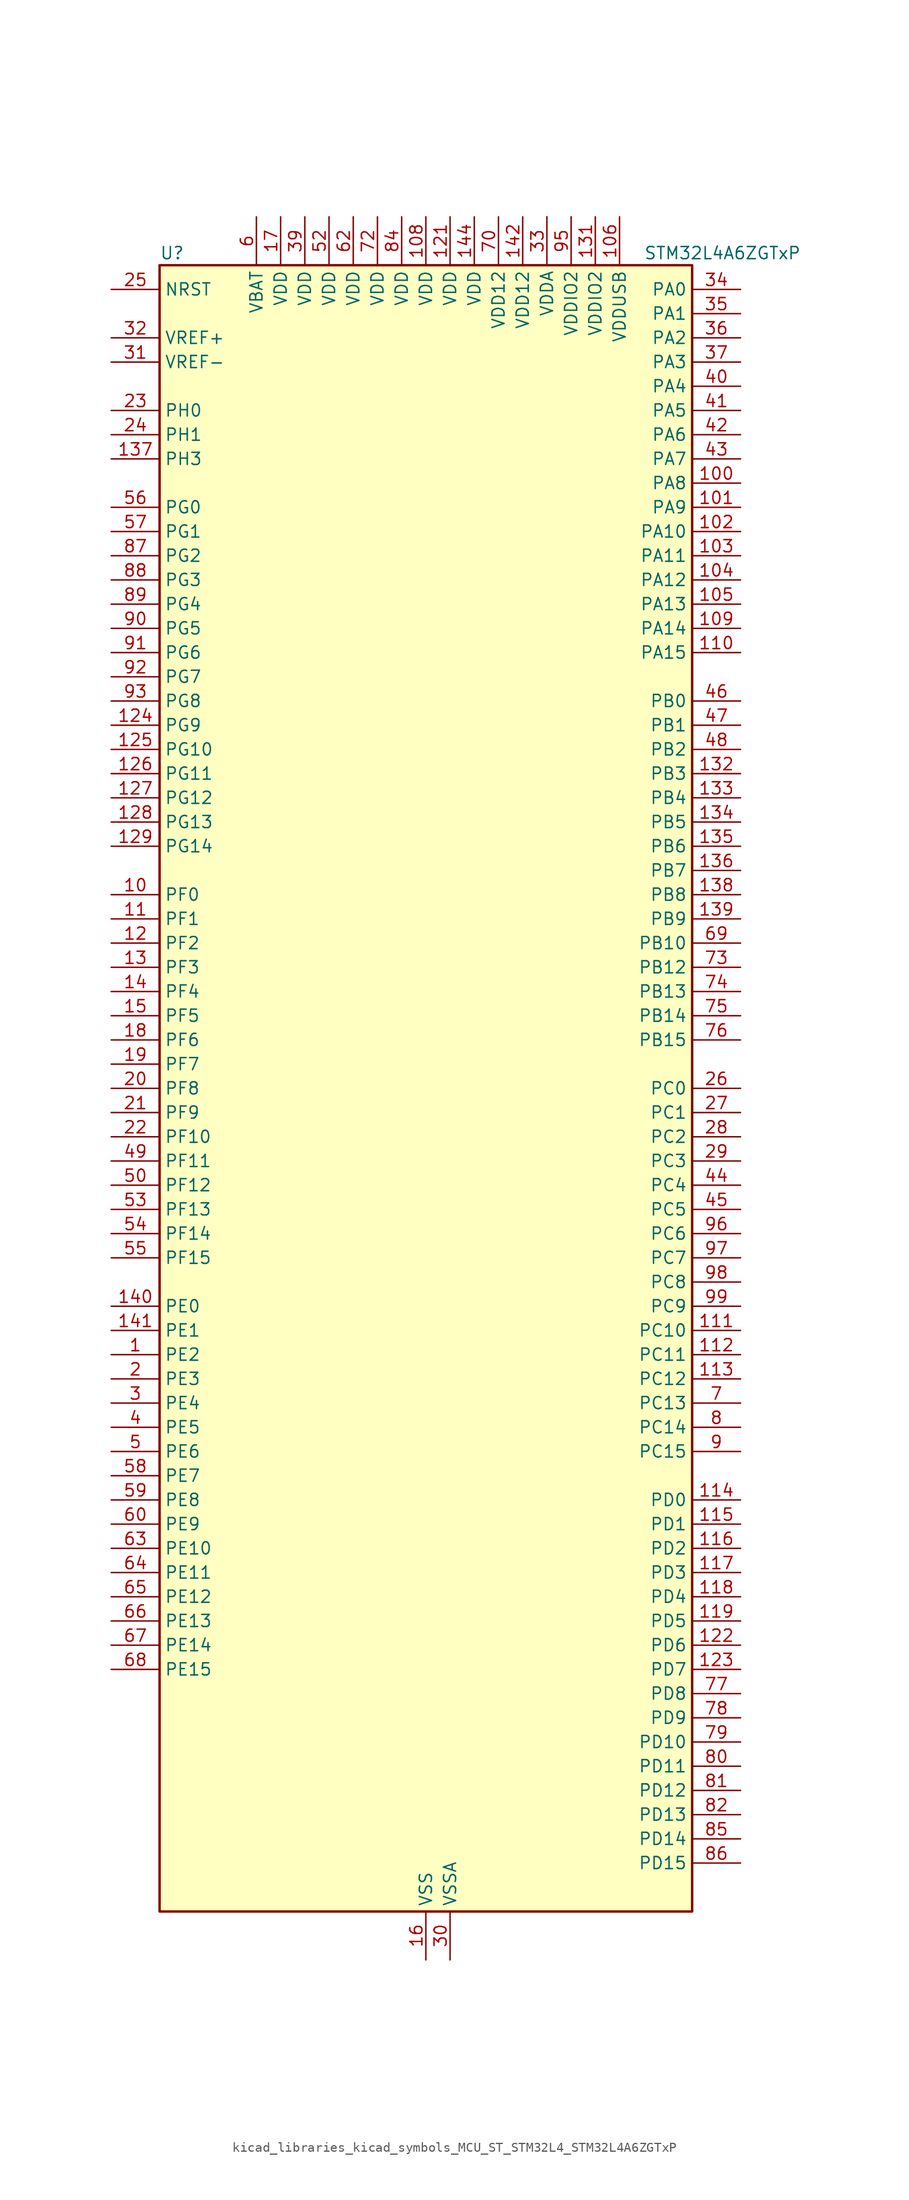
<source format=kicad_sym>
(kicad_symbol_lib
  (version 20220914)
  (generator kicad_symbol_editor)
  (symbol "kicad_libraries_kicad_symbols_MCU_ST_STM32L4_STM32L4A6ZGTxP"
    (property "Reference" "U"
      (at -27.94 87.63 0)
      (effects (font (size 1.27 1.27)) (justify left)))
    (property "Value" "STM32L4A6ZGTxP"
      (at 22.86 87.63 0)
      (effects (font (size 1.27 1.27)) (justify left)))
    (property "ki_locked" ""
      (at 0 0 0)
      (effects (font (size 1.27 1.27))))
    (symbol "kicad_libraries_kicad_symbols_MCU_ST_STM32L4_STM32L4A6ZGTxP_0_1"
      (rectangle (start -27.94 -86.36) (end 27.94 86.36) (stroke (width 0.254) (type default)) (fill (type background))))
    (symbol "kicad_libraries_kicad_symbols_MCU_ST_STM32L4_STM32L4A6ZGTxP_1_1"
      (pin bidirectional line (at -33.02 -27.94 0) (length 5.08) (name "PE2" (effects (font (size 1.27 1.27)))) (number "1" (effects (font (size 1.27 1.27)))) (alternate "FMC_A23" bidirectional line) (alternate "LCD_SEG38" bidirectional line) (alternate "SAI1_MCLK_A" bidirectional line) (alternate "SYS_TRACECLK" bidirectional line) (alternate "TIM3_ETR" bidirectional line) (alternate "TSC_G7_IO1" bidirectional line))
      (pin bidirectional line (at -33.02 20.32 0) (length 5.08) (name "PF0" (effects (font (size 1.27 1.27)))) (number "10" (effects (font (size 1.27 1.27)))) (alternate "FMC_A0" bidirectional line) (alternate "I2C2_SDA" bidirectional line))
      (pin bidirectional line (at 33.02 63.5 180) (length 5.08) (name "PA8" (effects (font (size 1.27 1.27)))) (number "100" (effects (font (size 1.27 1.27)))) (alternate "LCD_COM0" bidirectional line) (alternate "LPTIM2_OUT" bidirectional line) (alternate "RCC_MCO" bidirectional line) (alternate "SAI1_SCK_A" bidirectional line) (alternate "SWPMI1_IO" bidirectional line) (alternate "TIM1_CH1" bidirectional line) (alternate "USART1_CK" bidirectional line) (alternate "USB_OTG_FS_SOF" bidirectional line))
      (pin bidirectional line (at 33.02 60.96 180) (length 5.08) (name "PA9" (effects (font (size 1.27 1.27)))) (number "101" (effects (font (size 1.27 1.27)))) (alternate "DAC1_EXTI9" bidirectional line) (alternate "DCMI_D0" bidirectional line) (alternate "LCD_COM1" bidirectional line) (alternate "SAI1_FS_A" bidirectional line) (alternate "SPI2_SCK" bidirectional line) (alternate "TIM15_BKIN" bidirectional line) (alternate "TIM1_CH2" bidirectional line) (alternate "USART1_TX" bidirectional line) (alternate "USB_OTG_FS_VBUS" bidirectional line))
      (pin bidirectional line (at 33.02 58.42 180) (length 5.08) (name "PA10" (effects (font (size 1.27 1.27)))) (number "102" (effects (font (size 1.27 1.27)))) (alternate "DCMI_D1" bidirectional line) (alternate "LCD_COM2" bidirectional line) (alternate "SAI1_SD_A" bidirectional line) (alternate "TIM17_BKIN" bidirectional line) (alternate "TIM1_CH3" bidirectional line) (alternate "USART1_RX" bidirectional line) (alternate "USB_OTG_FS_ID" bidirectional line))
      (pin bidirectional line (at 33.02 55.88 180) (length 5.08) (name "PA11" (effects (font (size 1.27 1.27)))) (number "103" (effects (font (size 1.27 1.27)))) (alternate "ADC1_EXTI11" bidirectional line) (alternate "ADC2_EXTI11" bidirectional line) (alternate "ADC3_EXTI11" bidirectional line) (alternate "CAN1_RX" bidirectional line) (alternate "SPI1_MISO" bidirectional line) (alternate "TIM1_BKIN2" bidirectional line) (alternate "TIM1_BKIN2_COMP1" bidirectional line) (alternate "TIM1_CH4" bidirectional line) (alternate "USART1_CTS" bidirectional line) (alternate "USB_OTG_FS_DM" bidirectional line))
      (pin bidirectional line (at 33.02 53.34 180) (length 5.08) (name "PA12" (effects (font (size 1.27 1.27)))) (number "104" (effects (font (size 1.27 1.27)))) (alternate "CAN1_TX" bidirectional line) (alternate "SPI1_MOSI" bidirectional line) (alternate "TIM1_ETR" bidirectional line) (alternate "USART1_DE" bidirectional line) (alternate "USART1_RTS" bidirectional line) (alternate "USB_OTG_FS_DP" bidirectional line))
      (pin bidirectional line (at 33.02 50.8 180) (length 5.08) (name "PA13" (effects (font (size 1.27 1.27)))) (number "105" (effects (font (size 1.27 1.27)))) (alternate "IR_OUT" bidirectional line) (alternate "SAI1_SD_B" bidirectional line) (alternate "SWPMI1_TX" bidirectional line) (alternate "SYS_JTMS-SWDIO" bidirectional line) (alternate "USB_OTG_FS_NOE" bidirectional line))
      (pin power_in line (at 20.32 91.44 270) (length 5.08) (name "VDDUSB" (effects (font (size 1.27 1.27)))) (number "106" (effects (font (size 1.27 1.27)))))
      (pin passive line (at 0 -91.44 90) (length 5.08) hide (name "VSS" (effects (font (size 1.27 1.27)))) (number "107" (effects (font (size 1.27 1.27)))))
      (pin power_in line (at 0 91.44 270) (length 5.08) (name "VDD" (effects (font (size 1.27 1.27)))) (number "108" (effects (font (size 1.27 1.27)))))
      (pin bidirectional line (at 33.02 48.26 180) (length 5.08) (name "PA14" (effects (font (size 1.27 1.27)))) (number "109" (effects (font (size 1.27 1.27)))) (alternate "I2C1_SMBA" bidirectional line) (alternate "I2C4_SMBA" bidirectional line) (alternate "LPTIM1_OUT" bidirectional line) (alternate "SAI1_FS_B" bidirectional line) (alternate "SWPMI1_RX" bidirectional line) (alternate "SYS_JTCK-SWCLK" bidirectional line) (alternate "USB_OTG_FS_SOF" bidirectional line))
      (pin bidirectional line (at -33.02 17.78 0) (length 5.08) (name "PF1" (effects (font (size 1.27 1.27)))) (number "11" (effects (font (size 1.27 1.27)))) (alternate "FMC_A1" bidirectional line) (alternate "I2C2_SCL" bidirectional line))
      (pin bidirectional line (at 33.02 45.72 180) (length 5.08) (name "PA15" (effects (font (size 1.27 1.27)))) (number "110" (effects (font (size 1.27 1.27)))) (alternate "ADC1_EXTI15" bidirectional line) (alternate "ADC2_EXTI15" bidirectional line) (alternate "ADC3_EXTI15" bidirectional line) (alternate "LCD_SEG17" bidirectional line) (alternate "SAI2_FS_B" bidirectional line) (alternate "SPI1_NSS" bidirectional line) (alternate "SPI3_NSS" bidirectional line) (alternate "SWPMI1_SUSPEND" bidirectional line) (alternate "SYS_JTDI" bidirectional line) (alternate "TIM2_CH1" bidirectional line) (alternate "TIM2_ETR" bidirectional line) (alternate "TSC_G3_IO1" bidirectional line) (alternate "UART4_DE" bidirectional line) (alternate "UART4_RTS" bidirectional line) (alternate "USART2_RX" bidirectional line) (alternate "USART3_DE" bidirectional line) (alternate "USART3_RTS" bidirectional line))
      (pin bidirectional line (at 33.02 -25.4 180) (length 5.08) (name "PC10" (effects (font (size 1.27 1.27)))) (number "111" (effects (font (size 1.27 1.27)))) (alternate "DCMI_D8" bidirectional line) (alternate "LCD_COM4" bidirectional line) (alternate "LCD_SEG28" bidirectional line) (alternate "LCD_SEG40" bidirectional line) (alternate "SAI2_SCK_B" bidirectional line) (alternate "SDMMC1_D2" bidirectional line) (alternate "SPI3_SCK" bidirectional line) (alternate "SYS_TRACED1" bidirectional line) (alternate "TSC_G3_IO2" bidirectional line) (alternate "UART4_TX" bidirectional line) (alternate "USART3_TX" bidirectional line))
      (pin bidirectional line (at 33.02 -27.94 180) (length 5.08) (name "PC11" (effects (font (size 1.27 1.27)))) (number "112" (effects (font (size 1.27 1.27)))) (alternate "ADC1_EXTI11" bidirectional line) (alternate "ADC2_EXTI11" bidirectional line) (alternate "ADC3_EXTI11" bidirectional line) (alternate "DCMI_D4" bidirectional line) (alternate "LCD_COM5" bidirectional line) (alternate "LCD_SEG29" bidirectional line) (alternate "LCD_SEG41" bidirectional line) (alternate "QUADSPI_BK2_NCS" bidirectional line) (alternate "SAI2_MCLK_B" bidirectional line) (alternate "SDMMC1_D3" bidirectional line) (alternate "SPI3_MISO" bidirectional line) (alternate "TSC_G3_IO3" bidirectional line) (alternate "UART4_RX" bidirectional line) (alternate "USART3_RX" bidirectional line))
      (pin bidirectional line (at 33.02 -30.48 180) (length 5.08) (name "PC12" (effects (font (size 1.27 1.27)))) (number "113" (effects (font (size 1.27 1.27)))) (alternate "DCMI_D9" bidirectional line) (alternate "LCD_COM6" bidirectional line) (alternate "LCD_SEG30" bidirectional line) (alternate "LCD_SEG42" bidirectional line) (alternate "SAI2_SD_B" bidirectional line) (alternate "SDMMC1_CK" bidirectional line) (alternate "SPI3_MOSI" bidirectional line) (alternate "SYS_TRACED3" bidirectional line) (alternate "TSC_G3_IO4" bidirectional line) (alternate "UART5_TX" bidirectional line) (alternate "USART3_CK" bidirectional line))
      (pin bidirectional line (at 33.02 -43.18 180) (length 5.08) (name "PD0" (effects (font (size 1.27 1.27)))) (number "114" (effects (font (size 1.27 1.27)))) (alternate "CAN1_RX" bidirectional line) (alternate "DFSDM1_DATIN7" bidirectional line) (alternate "FMC_D2" bidirectional line) (alternate "FMC_DA2" bidirectional line) (alternate "SPI2_NSS" bidirectional line))
      (pin bidirectional line (at 33.02 -45.72 180) (length 5.08) (name "PD1" (effects (font (size 1.27 1.27)))) (number "115" (effects (font (size 1.27 1.27)))) (alternate "CAN1_TX" bidirectional line) (alternate "DFSDM1_CKIN7" bidirectional line) (alternate "FMC_D3" bidirectional line) (alternate "FMC_DA3" bidirectional line) (alternate "SPI2_SCK" bidirectional line))
      (pin bidirectional line (at 33.02 -48.26 180) (length 5.08) (name "PD2" (effects (font (size 1.27 1.27)))) (number "116" (effects (font (size 1.27 1.27)))) (alternate "DCMI_D11" bidirectional line) (alternate "LCD_COM7" bidirectional line) (alternate "LCD_SEG31" bidirectional line) (alternate "LCD_SEG43" bidirectional line) (alternate "SDMMC1_CMD" bidirectional line) (alternate "SYS_TRACED2" bidirectional line) (alternate "TIM3_ETR" bidirectional line) (alternate "TSC_SYNC" bidirectional line) (alternate "UART5_RX" bidirectional line) (alternate "USART3_DE" bidirectional line) (alternate "USART3_RTS" bidirectional line))
      (pin bidirectional line (at 33.02 -50.8 180) (length 5.08) (name "PD3" (effects (font (size 1.27 1.27)))) (number "117" (effects (font (size 1.27 1.27)))) (alternate "DCMI_D5" bidirectional line) (alternate "DFSDM1_DATIN0" bidirectional line) (alternate "FMC_CLK" bidirectional line) (alternate "QUADSPI_BK2_NCS" bidirectional line) (alternate "SPI2_MISO" bidirectional line) (alternate "SPI2_SCK" bidirectional line) (alternate "USART2_CTS" bidirectional line))
      (pin bidirectional line (at 33.02 -53.34 180) (length 5.08) (name "PD4" (effects (font (size 1.27 1.27)))) (number "118" (effects (font (size 1.27 1.27)))) (alternate "DFSDM1_CKIN0" bidirectional line) (alternate "FMC_NOE" bidirectional line) (alternate "QUADSPI_BK2_IO0" bidirectional line) (alternate "SPI2_MOSI" bidirectional line) (alternate "USART2_DE" bidirectional line) (alternate "USART2_RTS" bidirectional line))
      (pin bidirectional line (at 33.02 -55.88 180) (length 5.08) (name "PD5" (effects (font (size 1.27 1.27)))) (number "119" (effects (font (size 1.27 1.27)))) (alternate "FMC_NWE" bidirectional line) (alternate "QUADSPI_BK2_IO1" bidirectional line) (alternate "USART2_TX" bidirectional line))
      (pin bidirectional line (at -33.02 15.24 0) (length 5.08) (name "PF2" (effects (font (size 1.27 1.27)))) (number "12" (effects (font (size 1.27 1.27)))) (alternate "FMC_A2" bidirectional line) (alternate "I2C2_SMBA" bidirectional line))
      (pin passive line (at 0 -91.44 90) (length 5.08) hide (name "VSS" (effects (font (size 1.27 1.27)))) (number "120" (effects (font (size 1.27 1.27)))))
      (pin power_in line (at 2.54 91.44 270) (length 5.08) (name "VDD" (effects (font (size 1.27 1.27)))) (number "121" (effects (font (size 1.27 1.27)))))
      (pin bidirectional line (at 33.02 -58.42 180) (length 5.08) (name "PD6" (effects (font (size 1.27 1.27)))) (number "122" (effects (font (size 1.27 1.27)))) (alternate "DCMI_D10" bidirectional line) (alternate "DFSDM1_DATIN1" bidirectional line) (alternate "FMC_NWAIT" bidirectional line) (alternate "QUADSPI_BK2_IO1" bidirectional line) (alternate "QUADSPI_BK2_IO2" bidirectional line) (alternate "SAI1_SD_A" bidirectional line) (alternate "USART2_RX" bidirectional line))
      (pin bidirectional line (at 33.02 -60.96 180) (length 5.08) (name "PD7" (effects (font (size 1.27 1.27)))) (number "123" (effects (font (size 1.27 1.27)))) (alternate "DFSDM1_CKIN1" bidirectional line) (alternate "FMC_NE1" bidirectional line) (alternate "QUADSPI_BK2_IO3" bidirectional line) (alternate "USART2_CK" bidirectional line))
      (pin bidirectional line (at -33.02 38.1 0) (length 5.08) (name "PG9" (effects (font (size 1.27 1.27)))) (number "124" (effects (font (size 1.27 1.27)))) (alternate "DAC1_EXTI9" bidirectional line) (alternate "FMC_NCE" bidirectional line) (alternate "FMC_NE2" bidirectional line) (alternate "SAI2_SCK_A" bidirectional line) (alternate "SPI3_SCK" bidirectional line) (alternate "TIM15_CH1N" bidirectional line) (alternate "USART1_TX" bidirectional line))
      (pin bidirectional line (at -33.02 35.56 0) (length 5.08) (name "PG10" (effects (font (size 1.27 1.27)))) (number "125" (effects (font (size 1.27 1.27)))) (alternate "FMC_NE3" bidirectional line) (alternate "LPTIM1_IN1" bidirectional line) (alternate "SAI2_FS_A" bidirectional line) (alternate "SPI3_MISO" bidirectional line) (alternate "TIM15_CH1" bidirectional line) (alternate "USART1_RX" bidirectional line))
      (pin bidirectional line (at -33.02 33.02 0) (length 5.08) (name "PG11" (effects (font (size 1.27 1.27)))) (number "126" (effects (font (size 1.27 1.27)))) (alternate "ADC1_EXTI11" bidirectional line) (alternate "ADC2_EXTI11" bidirectional line) (alternate "ADC3_EXTI11" bidirectional line) (alternate "LPTIM1_IN2" bidirectional line) (alternate "SAI2_MCLK_A" bidirectional line) (alternate "SPI3_MOSI" bidirectional line) (alternate "TIM15_CH2" bidirectional line) (alternate "USART1_CTS" bidirectional line))
      (pin bidirectional line (at -33.02 30.48 0) (length 5.08) (name "PG12" (effects (font (size 1.27 1.27)))) (number "127" (effects (font (size 1.27 1.27)))) (alternate "FMC_NE4" bidirectional line) (alternate "LPTIM1_ETR" bidirectional line) (alternate "SAI2_SD_A" bidirectional line) (alternate "SPI3_NSS" bidirectional line) (alternate "USART1_DE" bidirectional line) (alternate "USART1_RTS" bidirectional line))
      (pin bidirectional line (at -33.02 27.94 0) (length 5.08) (name "PG13" (effects (font (size 1.27 1.27)))) (number "128" (effects (font (size 1.27 1.27)))) (alternate "FMC_A24" bidirectional line) (alternate "I2C1_SDA" bidirectional line) (alternate "USART1_CK" bidirectional line))
      (pin bidirectional line (at -33.02 25.4 0) (length 5.08) (name "PG14" (effects (font (size 1.27 1.27)))) (number "129" (effects (font (size 1.27 1.27)))) (alternate "FMC_A25" bidirectional line) (alternate "I2C1_SCL" bidirectional line))
      (pin bidirectional line (at -33.02 12.7 0) (length 5.08) (name "PF3" (effects (font (size 1.27 1.27)))) (number "13" (effects (font (size 1.27 1.27)))) (alternate "ADC3_IN6" bidirectional line) (alternate "FMC_A3" bidirectional line))
      (pin passive line (at 0 -91.44 90) (length 5.08) hide (name "VSS" (effects (font (size 1.27 1.27)))) (number "130" (effects (font (size 1.27 1.27)))))
      (pin power_in line (at 17.78 91.44 270) (length 5.08) (name "VDDIO2" (effects (font (size 1.27 1.27)))) (number "131" (effects (font (size 1.27 1.27)))))
      (pin bidirectional line (at 33.02 33.02 180) (length 5.08) (name "PB3" (effects (font (size 1.27 1.27)))) (number "132" (effects (font (size 1.27 1.27)))) (alternate "COMP2_INM" bidirectional line) (alternate "CRS_SYNC" bidirectional line) (alternate "LCD_SEG7" bidirectional line) (alternate "SAI1_SCK_B" bidirectional line) (alternate "SPI1_SCK" bidirectional line) (alternate "SPI3_SCK" bidirectional line) (alternate "SYS_JTDO-SWO" bidirectional line) (alternate "TIM2_CH2" bidirectional line) (alternate "USART1_DE" bidirectional line) (alternate "USART1_RTS" bidirectional line))
      (pin bidirectional line (at 33.02 30.48 180) (length 5.08) (name "PB4" (effects (font (size 1.27 1.27)))) (number "133" (effects (font (size 1.27 1.27)))) (alternate "COMP2_INP" bidirectional line) (alternate "DCMI_D12" bidirectional line) (alternate "I2C3_SDA" bidirectional line) (alternate "LCD_SEG8" bidirectional line) (alternate "SAI1_MCLK_B" bidirectional line) (alternate "SPI1_MISO" bidirectional line) (alternate "SPI3_MISO" bidirectional line) (alternate "SYS_JTRST" bidirectional line) (alternate "TIM17_BKIN" bidirectional line) (alternate "TIM3_CH1" bidirectional line) (alternate "TSC_G2_IO1" bidirectional line) (alternate "UART5_DE" bidirectional line) (alternate "UART5_RTS" bidirectional line) (alternate "USART1_CTS" bidirectional line))
      (pin bidirectional line (at 33.02 27.94 180) (length 5.08) (name "PB5" (effects (font (size 1.27 1.27)))) (number "134" (effects (font (size 1.27 1.27)))) (alternate "CAN2_RX" bidirectional line) (alternate "COMP2_OUT" bidirectional line) (alternate "DCMI_D10" bidirectional line) (alternate "I2C1_SMBA" bidirectional line) (alternate "LCD_SEG9" bidirectional line) (alternate "LPTIM1_IN1" bidirectional line) (alternate "SAI1_SD_B" bidirectional line) (alternate "SPI1_MOSI" bidirectional line) (alternate "SPI3_MOSI" bidirectional line) (alternate "TIM16_BKIN" bidirectional line) (alternate "TIM3_CH2" bidirectional line) (alternate "TSC_G2_IO2" bidirectional line) (alternate "UART5_CTS" bidirectional line) (alternate "USART1_CK" bidirectional line))
      (pin bidirectional line (at 33.02 25.4 180) (length 5.08) (name "PB6" (effects (font (size 1.27 1.27)))) (number "135" (effects (font (size 1.27 1.27)))) (alternate "CAN2_TX" bidirectional line) (alternate "COMP2_INP" bidirectional line) (alternate "DCMI_D5" bidirectional line) (alternate "DFSDM1_DATIN5" bidirectional line) (alternate "I2C1_SCL" bidirectional line) (alternate "I2C4_SCL" bidirectional line) (alternate "LPTIM1_ETR" bidirectional line) (alternate "SAI1_FS_B" bidirectional line) (alternate "TIM16_CH1N" bidirectional line) (alternate "TIM4_CH1" bidirectional line) (alternate "TIM8_BKIN2" bidirectional line) (alternate "TIM8_BKIN2_COMP2" bidirectional line) (alternate "TSC_G2_IO3" bidirectional line) (alternate "USART1_TX" bidirectional line))
      (pin bidirectional line (at 33.02 22.86 180) (length 5.08) (name "PB7" (effects (font (size 1.27 1.27)))) (number "136" (effects (font (size 1.27 1.27)))) (alternate "COMP2_INM" bidirectional line) (alternate "DCMI_VSYNC" bidirectional line) (alternate "DFSDM1_CKIN5" bidirectional line) (alternate "FMC_NL" bidirectional line) (alternate "I2C1_SDA" bidirectional line) (alternate "I2C4_SDA" bidirectional line) (alternate "LCD_SEG21" bidirectional line) (alternate "LPTIM1_IN2" bidirectional line) (alternate "SYS_PVD_IN" bidirectional line) (alternate "TIM17_CH1N" bidirectional line) (alternate "TIM4_CH2" bidirectional line) (alternate "TIM8_BKIN" bidirectional line) (alternate "TIM8_BKIN_COMP1" bidirectional line) (alternate "TSC_G2_IO4" bidirectional line) (alternate "UART4_CTS" bidirectional line) (alternate "USART1_RX" bidirectional line))
      (pin bidirectional line (at -33.02 66.04 0) (length 5.08) (name "PH3" (effects (font (size 1.27 1.27)))) (number "137" (effects (font (size 1.27 1.27)))))
      (pin bidirectional line (at 33.02 20.32 180) (length 5.08) (name "PB8" (effects (font (size 1.27 1.27)))) (number "138" (effects (font (size 1.27 1.27)))) (alternate "CAN1_RX" bidirectional line) (alternate "DCMI_D6" bidirectional line) (alternate "DFSDM1_DATIN6" bidirectional line) (alternate "I2C1_SCL" bidirectional line) (alternate "LCD_SEG16" bidirectional line) (alternate "SAI1_MCLK_A" bidirectional line) (alternate "SDMMC1_D4" bidirectional line) (alternate "TIM16_CH1" bidirectional line) (alternate "TIM4_CH3" bidirectional line))
      (pin bidirectional line (at 33.02 17.78 180) (length 5.08) (name "PB9" (effects (font (size 1.27 1.27)))) (number "139" (effects (font (size 1.27 1.27)))) (alternate "CAN1_TX" bidirectional line) (alternate "DAC1_EXTI9" bidirectional line) (alternate "DCMI_D7" bidirectional line) (alternate "DFSDM1_CKIN6" bidirectional line) (alternate "I2C1_SDA" bidirectional line) (alternate "IR_OUT" bidirectional line) (alternate "LCD_COM3" bidirectional line) (alternate "SAI1_FS_A" bidirectional line) (alternate "SDMMC1_D5" bidirectional line) (alternate "SPI2_NSS" bidirectional line) (alternate "TIM17_CH1" bidirectional line) (alternate "TIM4_CH4" bidirectional line))
      (pin bidirectional line (at -33.02 10.16 0) (length 5.08) (name "PF4" (effects (font (size 1.27 1.27)))) (number "14" (effects (font (size 1.27 1.27)))) (alternate "ADC3_IN7" bidirectional line) (alternate "FMC_A4" bidirectional line))
      (pin bidirectional line (at -33.02 -22.86 0) (length 5.08) (name "PE0" (effects (font (size 1.27 1.27)))) (number "140" (effects (font (size 1.27 1.27)))) (alternate "DCMI_D2" bidirectional line) (alternate "FMC_NBL0" bidirectional line) (alternate "LCD_SEG36" bidirectional line) (alternate "TIM16_CH1" bidirectional line) (alternate "TIM4_ETR" bidirectional line))
      (pin bidirectional line (at -33.02 -25.4 0) (length 5.08) (name "PE1" (effects (font (size 1.27 1.27)))) (number "141" (effects (font (size 1.27 1.27)))) (alternate "DCMI_D3" bidirectional line) (alternate "FMC_NBL1" bidirectional line) (alternate "LCD_SEG37" bidirectional line) (alternate "TIM17_CH1" bidirectional line))
      (pin power_in line (at 10.16 91.44 270) (length 5.08) (name "VDD12" (effects (font (size 1.27 1.27)))) (number "142" (effects (font (size 1.27 1.27)))))
      (pin passive line (at 0 -91.44 90) (length 5.08) hide (name "VSS" (effects (font (size 1.27 1.27)))) (number "143" (effects (font (size 1.27 1.27)))))
      (pin power_in line (at 5.08 91.44 270) (length 5.08) (name "VDD" (effects (font (size 1.27 1.27)))) (number "144" (effects (font (size 1.27 1.27)))))
      (pin bidirectional line (at -33.02 7.62 0) (length 5.08) (name "PF5" (effects (font (size 1.27 1.27)))) (number "15" (effects (font (size 1.27 1.27)))) (alternate "ADC3_IN8" bidirectional line) (alternate "FMC_A5" bidirectional line))
      (pin power_in line (at 0 -91.44 90) (length 5.08) (name "VSS" (effects (font (size 1.27 1.27)))) (number "16" (effects (font (size 1.27 1.27)))))
      (pin power_in line (at -15.24 91.44 270) (length 5.08) (name "VDD" (effects (font (size 1.27 1.27)))) (number "17" (effects (font (size 1.27 1.27)))))
      (pin bidirectional line (at -33.02 5.08 0) (length 5.08) (name "PF6" (effects (font (size 1.27 1.27)))) (number "18" (effects (font (size 1.27 1.27)))) (alternate "ADC3_IN9" bidirectional line) (alternate "QUADSPI_BK1_IO3" bidirectional line) (alternate "SAI1_SD_B" bidirectional line) (alternate "TIM5_CH1" bidirectional line) (alternate "TIM5_ETR" bidirectional line))
      (pin bidirectional line (at -33.02 2.54 0) (length 5.08) (name "PF7" (effects (font (size 1.27 1.27)))) (number "19" (effects (font (size 1.27 1.27)))) (alternate "ADC3_IN10" bidirectional line) (alternate "QUADSPI_BK1_IO2" bidirectional line) (alternate "SAI1_MCLK_B" bidirectional line) (alternate "TIM5_CH2" bidirectional line))
      (pin bidirectional line (at -33.02 -30.48 0) (length 5.08) (name "PE3" (effects (font (size 1.27 1.27)))) (number "2" (effects (font (size 1.27 1.27)))) (alternate "FMC_A19" bidirectional line) (alternate "LCD_SEG39" bidirectional line) (alternate "SAI1_SD_B" bidirectional line) (alternate "SYS_TRACED0" bidirectional line) (alternate "TIM3_CH1" bidirectional line) (alternate "TSC_G7_IO2" bidirectional line))
      (pin bidirectional line (at -33.02 0 0) (length 5.08) (name "PF8" (effects (font (size 1.27 1.27)))) (number "20" (effects (font (size 1.27 1.27)))) (alternate "ADC3_IN11" bidirectional line) (alternate "QUADSPI_BK1_IO0" bidirectional line) (alternate "SAI1_SCK_B" bidirectional line) (alternate "TIM5_CH3" bidirectional line))
      (pin bidirectional line (at -33.02 -2.54 0) (length 5.08) (name "PF9" (effects (font (size 1.27 1.27)))) (number "21" (effects (font (size 1.27 1.27)))) (alternate "ADC3_IN12" bidirectional line) (alternate "DAC1_EXTI9" bidirectional line) (alternate "QUADSPI_BK1_IO1" bidirectional line) (alternate "SAI1_FS_B" bidirectional line) (alternate "TIM15_CH1" bidirectional line) (alternate "TIM5_CH4" bidirectional line))
      (pin bidirectional line (at -33.02 -5.08 0) (length 5.08) (name "PF10" (effects (font (size 1.27 1.27)))) (number "22" (effects (font (size 1.27 1.27)))) (alternate "ADC3_IN13" bidirectional line) (alternate "DCMI_D11" bidirectional line) (alternate "QUADSPI_CLK" bidirectional line) (alternate "TIM15_CH2" bidirectional line))
      (pin bidirectional line (at -33.02 71.12 0) (length 5.08) (name "PH0" (effects (font (size 1.27 1.27)))) (number "23" (effects (font (size 1.27 1.27)))) (alternate "RCC_OSC_IN" bidirectional line))
      (pin bidirectional line (at -33.02 68.58 0) (length 5.08) (name "PH1" (effects (font (size 1.27 1.27)))) (number "24" (effects (font (size 1.27 1.27)))) (alternate "RCC_OSC_OUT" bidirectional line))
      (pin input line (at -33.02 83.82 0) (length 5.08) (name "NRST" (effects (font (size 1.27 1.27)))) (number "25" (effects (font (size 1.27 1.27)))))
      (pin bidirectional line (at 33.02 0 180) (length 5.08) (name "PC0" (effects (font (size 1.27 1.27)))) (number "26" (effects (font (size 1.27 1.27)))) (alternate "ADC1_IN1" bidirectional line) (alternate "ADC2_IN1" bidirectional line) (alternate "ADC3_IN1" bidirectional line) (alternate "DFSDM1_DATIN4" bidirectional line) (alternate "I2C3_SCL" bidirectional line) (alternate "I2C4_SCL" bidirectional line) (alternate "LCD_SEG18" bidirectional line) (alternate "LPTIM1_IN1" bidirectional line) (alternate "LPTIM2_IN1" bidirectional line) (alternate "LPUART1_RX" bidirectional line))
      (pin bidirectional line (at 33.02 -2.54 180) (length 5.08) (name "PC1" (effects (font (size 1.27 1.27)))) (number "27" (effects (font (size 1.27 1.27)))) (alternate "ADC1_IN2" bidirectional line) (alternate "ADC2_IN2" bidirectional line) (alternate "ADC3_IN2" bidirectional line) (alternate "DFSDM1_CKIN4" bidirectional line) (alternate "I2C3_SDA" bidirectional line) (alternate "I2C4_SDA" bidirectional line) (alternate "LCD_SEG19" bidirectional line) (alternate "LPTIM1_OUT" bidirectional line) (alternate "LPUART1_TX" bidirectional line) (alternate "QUADSPI_BK2_IO0" bidirectional line) (alternate "SAI1_SD_A" bidirectional line) (alternate "SPI2_MOSI" bidirectional line) (alternate "SYS_TRACED0" bidirectional line))
      (pin bidirectional line (at 33.02 -5.08 180) (length 5.08) (name "PC2" (effects (font (size 1.27 1.27)))) (number "28" (effects (font (size 1.27 1.27)))) (alternate "ADC1_IN3" bidirectional line) (alternate "ADC2_IN3" bidirectional line) (alternate "ADC3_IN3" bidirectional line) (alternate "DFSDM1_CKOUT" bidirectional line) (alternate "LCD_SEG20" bidirectional line) (alternate "LPTIM1_IN2" bidirectional line) (alternate "QUADSPI_BK2_IO1" bidirectional line) (alternate "SPI2_MISO" bidirectional line))
      (pin bidirectional line (at 33.02 -7.62 180) (length 5.08) (name "PC3" (effects (font (size 1.27 1.27)))) (number "29" (effects (font (size 1.27 1.27)))) (alternate "ADC1_IN4" bidirectional line) (alternate "ADC2_IN4" bidirectional line) (alternate "ADC3_IN4" bidirectional line) (alternate "LCD_VLCD" bidirectional line) (alternate "LPTIM1_ETR" bidirectional line) (alternate "LPTIM2_ETR" bidirectional line) (alternate "QUADSPI_BK2_IO2" bidirectional line) (alternate "SAI1_SD_A" bidirectional line) (alternate "SPI2_MOSI" bidirectional line))
      (pin bidirectional line (at -33.02 -33.02 0) (length 5.08) (name "PE4" (effects (font (size 1.27 1.27)))) (number "3" (effects (font (size 1.27 1.27)))) (alternate "DCMI_D4" bidirectional line) (alternate "DFSDM1_DATIN3" bidirectional line) (alternate "FMC_A20" bidirectional line) (alternate "SAI1_FS_A" bidirectional line) (alternate "SYS_TRACED1" bidirectional line) (alternate "TIM3_CH2" bidirectional line) (alternate "TSC_G7_IO3" bidirectional line))
      (pin power_in line (at 2.54 -91.44 90) (length 5.08) (name "VSSA" (effects (font (size 1.27 1.27)))) (number "30" (effects (font (size 1.27 1.27)))))
      (pin input line (at -33.02 76.2 0) (length 5.08) (name "VREF-" (effects (font (size 1.27 1.27)))) (number "31" (effects (font (size 1.27 1.27)))))
      (pin input line (at -33.02 78.74 0) (length 5.08) (name "VREF+" (effects (font (size 1.27 1.27)))) (number "32" (effects (font (size 1.27 1.27)))) (alternate "VREFBUF_OUT" bidirectional line))
      (pin power_in line (at 12.7 91.44 270) (length 5.08) (name "VDDA" (effects (font (size 1.27 1.27)))) (number "33" (effects (font (size 1.27 1.27)))))
      (pin bidirectional line (at 33.02 83.82 180) (length 5.08) (name "PA0" (effects (font (size 1.27 1.27)))) (number "34" (effects (font (size 1.27 1.27)))) (alternate "ADC1_IN5" bidirectional line) (alternate "ADC2_IN5" bidirectional line) (alternate "OPAMP1_VINP" bidirectional line) (alternate "RTC_TAMP2" bidirectional line) (alternate "SAI1_EXTCLK" bidirectional line) (alternate "SYS_WKUP1" bidirectional line) (alternate "TIM2_CH1" bidirectional line) (alternate "TIM2_ETR" bidirectional line) (alternate "TIM5_CH1" bidirectional line) (alternate "TIM8_ETR" bidirectional line) (alternate "UART4_TX" bidirectional line) (alternate "USART2_CTS" bidirectional line))
      (pin bidirectional line (at 33.02 81.28 180) (length 5.08) (name "PA1" (effects (font (size 1.27 1.27)))) (number "35" (effects (font (size 1.27 1.27)))) (alternate "ADC1_IN6" bidirectional line) (alternate "ADC2_IN6" bidirectional line) (alternate "I2C1_SMBA" bidirectional line) (alternate "LCD_SEG0" bidirectional line) (alternate "OPAMP1_VINM" bidirectional line) (alternate "SPI1_SCK" bidirectional line) (alternate "TIM15_CH1N" bidirectional line) (alternate "TIM2_CH2" bidirectional line) (alternate "TIM5_CH2" bidirectional line) (alternate "UART4_RX" bidirectional line) (alternate "USART2_DE" bidirectional line) (alternate "USART2_RTS" bidirectional line))
      (pin bidirectional line (at 33.02 78.74 180) (length 5.08) (name "PA2" (effects (font (size 1.27 1.27)))) (number "36" (effects (font (size 1.27 1.27)))) (alternate "ADC1_IN7" bidirectional line) (alternate "ADC2_IN7" bidirectional line) (alternate "LCD_SEG1" bidirectional line) (alternate "LPUART1_TX" bidirectional line) (alternate "QUADSPI_BK1_NCS" bidirectional line) (alternate "RCC_LSCO" bidirectional line) (alternate "SAI2_EXTCLK" bidirectional line) (alternate "SYS_WKUP4" bidirectional line) (alternate "TIM15_CH1" bidirectional line) (alternate "TIM2_CH3" bidirectional line) (alternate "TIM5_CH3" bidirectional line) (alternate "USART2_TX" bidirectional line))
      (pin bidirectional line (at 33.02 76.2 180) (length 5.08) (name "PA3" (effects (font (size 1.27 1.27)))) (number "37" (effects (font (size 1.27 1.27)))) (alternate "ADC1_IN8" bidirectional line) (alternate "ADC2_IN8" bidirectional line) (alternate "LCD_SEG2" bidirectional line) (alternate "LPUART1_RX" bidirectional line) (alternate "OPAMP1_VOUT" bidirectional line) (alternate "QUADSPI_CLK" bidirectional line) (alternate "SAI1_MCLK_A" bidirectional line) (alternate "TIM15_CH2" bidirectional line) (alternate "TIM2_CH4" bidirectional line) (alternate "TIM5_CH4" bidirectional line) (alternate "USART2_RX" bidirectional line))
      (pin passive line (at 0 -91.44 90) (length 5.08) hide (name "VSS" (effects (font (size 1.27 1.27)))) (number "38" (effects (font (size 1.27 1.27)))))
      (pin power_in line (at -12.7 91.44 270) (length 5.08) (name "VDD" (effects (font (size 1.27 1.27)))) (number "39" (effects (font (size 1.27 1.27)))))
      (pin bidirectional line (at -33.02 -35.56 0) (length 5.08) (name "PE5" (effects (font (size 1.27 1.27)))) (number "4" (effects (font (size 1.27 1.27)))) (alternate "DCMI_D6" bidirectional line) (alternate "DFSDM1_CKIN3" bidirectional line) (alternate "FMC_A21" bidirectional line) (alternate "SAI1_SCK_A" bidirectional line) (alternate "SYS_TRACED2" bidirectional line) (alternate "TIM3_CH3" bidirectional line) (alternate "TSC_G7_IO4" bidirectional line))
      (pin bidirectional line (at 33.02 73.66 180) (length 5.08) (name "PA4" (effects (font (size 1.27 1.27)))) (number "40" (effects (font (size 1.27 1.27)))) (alternate "ADC1_IN9" bidirectional line) (alternate "ADC2_IN9" bidirectional line) (alternate "DAC1_OUT1" bidirectional line) (alternate "DCMI_HSYNC" bidirectional line) (alternate "LPTIM2_OUT" bidirectional line) (alternate "SAI1_FS_B" bidirectional line) (alternate "SPI1_NSS" bidirectional line) (alternate "SPI3_NSS" bidirectional line) (alternate "USART2_CK" bidirectional line))
      (pin bidirectional line (at 33.02 71.12 180) (length 5.08) (name "PA5" (effects (font (size 1.27 1.27)))) (number "41" (effects (font (size 1.27 1.27)))) (alternate "ADC1_IN10" bidirectional line) (alternate "ADC2_IN10" bidirectional line) (alternate "DAC1_OUT2" bidirectional line) (alternate "LPTIM2_ETR" bidirectional line) (alternate "SPI1_SCK" bidirectional line) (alternate "TIM2_CH1" bidirectional line) (alternate "TIM2_ETR" bidirectional line) (alternate "TIM8_CH1N" bidirectional line))
      (pin bidirectional line (at 33.02 68.58 180) (length 5.08) (name "PA6" (effects (font (size 1.27 1.27)))) (number "42" (effects (font (size 1.27 1.27)))) (alternate "ADC1_IN11" bidirectional line) (alternate "ADC2_IN11" bidirectional line) (alternate "DCMI_PIXCLK" bidirectional line) (alternate "LCD_SEG3" bidirectional line) (alternate "LPUART1_CTS" bidirectional line) (alternate "OPAMP2_VINP" bidirectional line) (alternate "QUADSPI_BK1_IO3" bidirectional line) (alternate "SPI1_MISO" bidirectional line) (alternate "TIM16_CH1" bidirectional line) (alternate "TIM1_BKIN" bidirectional line) (alternate "TIM1_BKIN_COMP2" bidirectional line) (alternate "TIM3_CH1" bidirectional line) (alternate "TIM8_BKIN" bidirectional line) (alternate "TIM8_BKIN_COMP2" bidirectional line) (alternate "USART3_CTS" bidirectional line))
      (pin bidirectional line (at 33.02 66.04 180) (length 5.08) (name "PA7" (effects (font (size 1.27 1.27)))) (number "43" (effects (font (size 1.27 1.27)))) (alternate "ADC1_IN12" bidirectional line) (alternate "ADC2_IN12" bidirectional line) (alternate "I2C3_SCL" bidirectional line) (alternate "LCD_SEG4" bidirectional line) (alternate "OPAMP2_VINM" bidirectional line) (alternate "QUADSPI_BK1_IO2" bidirectional line) (alternate "SPI1_MOSI" bidirectional line) (alternate "TIM17_CH1" bidirectional line) (alternate "TIM1_CH1N" bidirectional line) (alternate "TIM3_CH2" bidirectional line) (alternate "TIM8_CH1N" bidirectional line))
      (pin bidirectional line (at 33.02 -10.16 180) (length 5.08) (name "PC4" (effects (font (size 1.27 1.27)))) (number "44" (effects (font (size 1.27 1.27)))) (alternate "ADC1_IN13" bidirectional line) (alternate "ADC2_IN13" bidirectional line) (alternate "COMP1_INM" bidirectional line) (alternate "LCD_SEG22" bidirectional line) (alternate "QUADSPI_BK2_IO3" bidirectional line) (alternate "USART3_TX" bidirectional line))
      (pin bidirectional line (at 33.02 -12.7 180) (length 5.08) (name "PC5" (effects (font (size 1.27 1.27)))) (number "45" (effects (font (size 1.27 1.27)))) (alternate "ADC1_IN14" bidirectional line) (alternate "ADC2_IN14" bidirectional line) (alternate "COMP1_INP" bidirectional line) (alternate "LCD_SEG23" bidirectional line) (alternate "SYS_WKUP5" bidirectional line) (alternate "USART3_RX" bidirectional line))
      (pin bidirectional line (at 33.02 40.64 180) (length 5.08) (name "PB0" (effects (font (size 1.27 1.27)))) (number "46" (effects (font (size 1.27 1.27)))) (alternate "ADC1_IN15" bidirectional line) (alternate "ADC2_IN15" bidirectional line) (alternate "COMP1_OUT" bidirectional line) (alternate "LCD_SEG5" bidirectional line) (alternate "OPAMP2_VOUT" bidirectional line) (alternate "QUADSPI_BK1_IO1" bidirectional line) (alternate "SAI1_EXTCLK" bidirectional line) (alternate "SPI1_NSS" bidirectional line) (alternate "TIM1_CH2N" bidirectional line) (alternate "TIM3_CH3" bidirectional line) (alternate "TIM8_CH2N" bidirectional line) (alternate "USART3_CK" bidirectional line))
      (pin bidirectional line (at 33.02 38.1 180) (length 5.08) (name "PB1" (effects (font (size 1.27 1.27)))) (number "47" (effects (font (size 1.27 1.27)))) (alternate "ADC1_IN16" bidirectional line) (alternate "ADC2_IN16" bidirectional line) (alternate "COMP1_INM" bidirectional line) (alternate "DFSDM1_DATIN0" bidirectional line) (alternate "LCD_SEG6" bidirectional line) (alternate "LPTIM2_IN1" bidirectional line) (alternate "LPUART1_DE" bidirectional line) (alternate "LPUART1_RTS" bidirectional line) (alternate "QUADSPI_BK1_IO0" bidirectional line) (alternate "TIM1_CH3N" bidirectional line) (alternate "TIM3_CH4" bidirectional line) (alternate "TIM8_CH3N" bidirectional line) (alternate "USART3_DE" bidirectional line) (alternate "USART3_RTS" bidirectional line))
      (pin bidirectional line (at 33.02 35.56 180) (length 5.08) (name "PB2" (effects (font (size 1.27 1.27)))) (number "48" (effects (font (size 1.27 1.27)))) (alternate "COMP1_INP" bidirectional line) (alternate "DFSDM1_CKIN0" bidirectional line) (alternate "I2C3_SMBA" bidirectional line) (alternate "LCD_VLCD" bidirectional line) (alternate "LPTIM1_OUT" bidirectional line) (alternate "RTC_OUT_ALARM" bidirectional line) (alternate "RTC_OUT_CALIB" bidirectional line))
      (pin bidirectional line (at -33.02 -7.62 0) (length 5.08) (name "PF11" (effects (font (size 1.27 1.27)))) (number "49" (effects (font (size 1.27 1.27)))) (alternate "ADC1_EXTI11" bidirectional line) (alternate "ADC2_EXTI11" bidirectional line) (alternate "ADC3_EXTI11" bidirectional line) (alternate "DCMI_D12" bidirectional line))
      (pin bidirectional line (at -33.02 -38.1 0) (length 5.08) (name "PE6" (effects (font (size 1.27 1.27)))) (number "5" (effects (font (size 1.27 1.27)))) (alternate "DCMI_D7" bidirectional line) (alternate "FMC_A22" bidirectional line) (alternate "RTC_TAMP3" bidirectional line) (alternate "SAI1_SD_A" bidirectional line) (alternate "SYS_TRACED3" bidirectional line) (alternate "SYS_WKUP3" bidirectional line) (alternate "TIM3_CH4" bidirectional line))
      (pin bidirectional line (at -33.02 -10.16 0) (length 5.08) (name "PF12" (effects (font (size 1.27 1.27)))) (number "50" (effects (font (size 1.27 1.27)))) (alternate "FMC_A6" bidirectional line))
      (pin passive line (at 0 -91.44 90) (length 5.08) hide (name "VSS" (effects (font (size 1.27 1.27)))) (number "51" (effects (font (size 1.27 1.27)))))
      (pin power_in line (at -10.16 91.44 270) (length 5.08) (name "VDD" (effects (font (size 1.27 1.27)))) (number "52" (effects (font (size 1.27 1.27)))))
      (pin bidirectional line (at -33.02 -12.7 0) (length 5.08) (name "PF13" (effects (font (size 1.27 1.27)))) (number "53" (effects (font (size 1.27 1.27)))) (alternate "DFSDM1_DATIN6" bidirectional line) (alternate "FMC_A7" bidirectional line) (alternate "I2C4_SMBA" bidirectional line))
      (pin bidirectional line (at -33.02 -15.24 0) (length 5.08) (name "PF14" (effects (font (size 1.27 1.27)))) (number "54" (effects (font (size 1.27 1.27)))) (alternate "DFSDM1_CKIN6" bidirectional line) (alternate "FMC_A8" bidirectional line) (alternate "I2C4_SCL" bidirectional line) (alternate "TSC_G8_IO1" bidirectional line))
      (pin bidirectional line (at -33.02 -17.78 0) (length 5.08) (name "PF15" (effects (font (size 1.27 1.27)))) (number "55" (effects (font (size 1.27 1.27)))) (alternate "ADC1_EXTI15" bidirectional line) (alternate "ADC2_EXTI15" bidirectional line) (alternate "ADC3_EXTI15" bidirectional line) (alternate "FMC_A9" bidirectional line) (alternate "I2C4_SDA" bidirectional line) (alternate "TSC_G8_IO2" bidirectional line))
      (pin bidirectional line (at -33.02 60.96 0) (length 5.08) (name "PG0" (effects (font (size 1.27 1.27)))) (number "56" (effects (font (size 1.27 1.27)))) (alternate "FMC_A10" bidirectional line) (alternate "TSC_G8_IO3" bidirectional line))
      (pin bidirectional line (at -33.02 58.42 0) (length 5.08) (name "PG1" (effects (font (size 1.27 1.27)))) (number "57" (effects (font (size 1.27 1.27)))) (alternate "FMC_A11" bidirectional line) (alternate "TSC_G8_IO4" bidirectional line))
      (pin bidirectional line (at -33.02 -40.64 0) (length 5.08) (name "PE7" (effects (font (size 1.27 1.27)))) (number "58" (effects (font (size 1.27 1.27)))) (alternate "DFSDM1_DATIN2" bidirectional line) (alternate "FMC_D4" bidirectional line) (alternate "FMC_DA4" bidirectional line) (alternate "SAI1_SD_B" bidirectional line) (alternate "TIM1_ETR" bidirectional line))
      (pin bidirectional line (at -33.02 -43.18 0) (length 5.08) (name "PE8" (effects (font (size 1.27 1.27)))) (number "59" (effects (font (size 1.27 1.27)))) (alternate "DFSDM1_CKIN2" bidirectional line) (alternate "FMC_D5" bidirectional line) (alternate "FMC_DA5" bidirectional line) (alternate "SAI1_SCK_B" bidirectional line) (alternate "TIM1_CH1N" bidirectional line))
      (pin power_in line (at -17.78 91.44 270) (length 5.08) (name "VBAT" (effects (font (size 1.27 1.27)))) (number "6" (effects (font (size 1.27 1.27)))))
      (pin bidirectional line (at -33.02 -45.72 0) (length 5.08) (name "PE9" (effects (font (size 1.27 1.27)))) (number "60" (effects (font (size 1.27 1.27)))) (alternate "DAC1_EXTI9" bidirectional line) (alternate "DFSDM1_CKOUT" bidirectional line) (alternate "FMC_D6" bidirectional line) (alternate "FMC_DA6" bidirectional line) (alternate "SAI1_FS_B" bidirectional line) (alternate "TIM1_CH1" bidirectional line))
      (pin passive line (at 0 -91.44 90) (length 5.08) hide (name "VSS" (effects (font (size 1.27 1.27)))) (number "61" (effects (font (size 1.27 1.27)))))
      (pin power_in line (at -7.62 91.44 270) (length 5.08) (name "VDD" (effects (font (size 1.27 1.27)))) (number "62" (effects (font (size 1.27 1.27)))))
      (pin bidirectional line (at -33.02 -48.26 0) (length 5.08) (name "PE10" (effects (font (size 1.27 1.27)))) (number "63" (effects (font (size 1.27 1.27)))) (alternate "DFSDM1_DATIN4" bidirectional line) (alternate "FMC_D7" bidirectional line) (alternate "FMC_DA7" bidirectional line) (alternate "QUADSPI_CLK" bidirectional line) (alternate "SAI1_MCLK_B" bidirectional line) (alternate "TIM1_CH2N" bidirectional line) (alternate "TSC_G5_IO1" bidirectional line))
      (pin bidirectional line (at -33.02 -50.8 0) (length 5.08) (name "PE11" (effects (font (size 1.27 1.27)))) (number "64" (effects (font (size 1.27 1.27)))) (alternate "ADC1_EXTI11" bidirectional line) (alternate "ADC2_EXTI11" bidirectional line) (alternate "ADC3_EXTI11" bidirectional line) (alternate "DFSDM1_CKIN4" bidirectional line) (alternate "FMC_D8" bidirectional line) (alternate "FMC_DA8" bidirectional line) (alternate "QUADSPI_BK1_NCS" bidirectional line) (alternate "TIM1_CH2" bidirectional line) (alternate "TSC_G5_IO2" bidirectional line))
      (pin bidirectional line (at -33.02 -53.34 0) (length 5.08) (name "PE12" (effects (font (size 1.27 1.27)))) (number "65" (effects (font (size 1.27 1.27)))) (alternate "DFSDM1_DATIN5" bidirectional line) (alternate "FMC_D9" bidirectional line) (alternate "FMC_DA9" bidirectional line) (alternate "QUADSPI_BK1_IO0" bidirectional line) (alternate "SPI1_NSS" bidirectional line) (alternate "TIM1_CH3N" bidirectional line) (alternate "TSC_G5_IO3" bidirectional line))
      (pin bidirectional line (at -33.02 -55.88 0) (length 5.08) (name "PE13" (effects (font (size 1.27 1.27)))) (number "66" (effects (font (size 1.27 1.27)))) (alternate "DFSDM1_CKIN5" bidirectional line) (alternate "FMC_D10" bidirectional line) (alternate "FMC_DA10" bidirectional line) (alternate "QUADSPI_BK1_IO1" bidirectional line) (alternate "SPI1_SCK" bidirectional line) (alternate "TIM1_CH3" bidirectional line) (alternate "TSC_G5_IO4" bidirectional line))
      (pin bidirectional line (at -33.02 -58.42 0) (length 5.08) (name "PE14" (effects (font (size 1.27 1.27)))) (number "67" (effects (font (size 1.27 1.27)))) (alternate "FMC_D11" bidirectional line) (alternate "FMC_DA11" bidirectional line) (alternate "QUADSPI_BK1_IO2" bidirectional line) (alternate "SPI1_MISO" bidirectional line) (alternate "TIM1_BKIN2" bidirectional line) (alternate "TIM1_BKIN2_COMP2" bidirectional line) (alternate "TIM1_CH4" bidirectional line))
      (pin bidirectional line (at -33.02 -60.96 0) (length 5.08) (name "PE15" (effects (font (size 1.27 1.27)))) (number "68" (effects (font (size 1.27 1.27)))) (alternate "ADC1_EXTI15" bidirectional line) (alternate "ADC2_EXTI15" bidirectional line) (alternate "ADC3_EXTI15" bidirectional line) (alternate "FMC_D12" bidirectional line) (alternate "FMC_DA12" bidirectional line) (alternate "QUADSPI_BK1_IO3" bidirectional line) (alternate "SPI1_MOSI" bidirectional line) (alternate "TIM1_BKIN" bidirectional line) (alternate "TIM1_BKIN_COMP1" bidirectional line))
      (pin bidirectional line (at 33.02 15.24 180) (length 5.08) (name "PB10" (effects (font (size 1.27 1.27)))) (number "69" (effects (font (size 1.27 1.27)))) (alternate "COMP1_OUT" bidirectional line) (alternate "DFSDM1_DATIN7" bidirectional line) (alternate "I2C2_SCL" bidirectional line) (alternate "I2C4_SCL" bidirectional line) (alternate "LCD_SEG10" bidirectional line) (alternate "LPUART1_RX" bidirectional line) (alternate "QUADSPI_CLK" bidirectional line) (alternate "SAI1_SCK_A" bidirectional line) (alternate "SPI2_SCK" bidirectional line) (alternate "TIM2_CH3" bidirectional line) (alternate "TSC_SYNC" bidirectional line) (alternate "USART3_TX" bidirectional line))
      (pin bidirectional line (at 33.02 -33.02 180) (length 5.08) (name "PC13" (effects (font (size 1.27 1.27)))) (number "7" (effects (font (size 1.27 1.27)))) (alternate "RTC_OUT_ALARM" bidirectional line) (alternate "RTC_OUT_CALIB" bidirectional line) (alternate "RTC_TAMP1" bidirectional line) (alternate "RTC_TS" bidirectional line) (alternate "SYS_WKUP2" bidirectional line))
      (pin power_in line (at 7.62 91.44 270) (length 5.08) (name "VDD12" (effects (font (size 1.27 1.27)))) (number "70" (effects (font (size 1.27 1.27)))))
      (pin passive line (at 0 -91.44 90) (length 5.08) hide (name "VSS" (effects (font (size 1.27 1.27)))) (number "71" (effects (font (size 1.27 1.27)))))
      (pin power_in line (at -5.08 91.44 270) (length 5.08) (name "VDD" (effects (font (size 1.27 1.27)))) (number "72" (effects (font (size 1.27 1.27)))))
      (pin bidirectional line (at 33.02 12.7 180) (length 5.08) (name "PB12" (effects (font (size 1.27 1.27)))) (number "73" (effects (font (size 1.27 1.27)))) (alternate "CAN2_RX" bidirectional line) (alternate "DFSDM1_DATIN1" bidirectional line) (alternate "I2C2_SMBA" bidirectional line) (alternate "LCD_SEG12" bidirectional line) (alternate "LPUART1_DE" bidirectional line) (alternate "LPUART1_RTS" bidirectional line) (alternate "SAI2_FS_A" bidirectional line) (alternate "SPI2_NSS" bidirectional line) (alternate "SWPMI1_IO" bidirectional line) (alternate "TIM15_BKIN" bidirectional line) (alternate "TIM1_BKIN" bidirectional line) (alternate "TIM1_BKIN_COMP2" bidirectional line) (alternate "TSC_G1_IO1" bidirectional line) (alternate "USART3_CK" bidirectional line))
      (pin bidirectional line (at 33.02 10.16 180) (length 5.08) (name "PB13" (effects (font (size 1.27 1.27)))) (number "74" (effects (font (size 1.27 1.27)))) (alternate "CAN2_TX" bidirectional line) (alternate "DFSDM1_CKIN1" bidirectional line) (alternate "I2C2_SCL" bidirectional line) (alternate "LCD_SEG13" bidirectional line) (alternate "LPUART1_CTS" bidirectional line) (alternate "SAI2_SCK_A" bidirectional line) (alternate "SPI2_SCK" bidirectional line) (alternate "SWPMI1_TX" bidirectional line) (alternate "TIM15_CH1N" bidirectional line) (alternate "TIM1_CH1N" bidirectional line) (alternate "TSC_G1_IO2" bidirectional line) (alternate "USART3_CTS" bidirectional line))
      (pin bidirectional line (at 33.02 7.62 180) (length 5.08) (name "PB14" (effects (font (size 1.27 1.27)))) (number "75" (effects (font (size 1.27 1.27)))) (alternate "DFSDM1_DATIN2" bidirectional line) (alternate "I2C2_SDA" bidirectional line) (alternate "LCD_SEG14" bidirectional line) (alternate "SAI2_MCLK_A" bidirectional line) (alternate "SPI2_MISO" bidirectional line) (alternate "SWPMI1_RX" bidirectional line) (alternate "TIM15_CH1" bidirectional line) (alternate "TIM1_CH2N" bidirectional line) (alternate "TIM8_CH2N" bidirectional line) (alternate "TSC_G1_IO3" bidirectional line) (alternate "USART3_DE" bidirectional line) (alternate "USART3_RTS" bidirectional line))
      (pin bidirectional line (at 33.02 5.08 180) (length 5.08) (name "PB15" (effects (font (size 1.27 1.27)))) (number "76" (effects (font (size 1.27 1.27)))) (alternate "ADC1_EXTI15" bidirectional line) (alternate "ADC2_EXTI15" bidirectional line) (alternate "ADC3_EXTI15" bidirectional line) (alternate "DFSDM1_CKIN2" bidirectional line) (alternate "LCD_SEG15" bidirectional line) (alternate "RTC_REFIN" bidirectional line) (alternate "SAI2_SD_A" bidirectional line) (alternate "SPI2_MOSI" bidirectional line) (alternate "SWPMI1_SUSPEND" bidirectional line) (alternate "TIM15_CH2" bidirectional line) (alternate "TIM1_CH3N" bidirectional line) (alternate "TIM8_CH3N" bidirectional line) (alternate "TSC_G1_IO4" bidirectional line))
      (pin bidirectional line (at 33.02 -63.5 180) (length 5.08) (name "PD8" (effects (font (size 1.27 1.27)))) (number "77" (effects (font (size 1.27 1.27)))) (alternate "DCMI_HSYNC" bidirectional line) (alternate "FMC_D13" bidirectional line) (alternate "FMC_DA13" bidirectional line) (alternate "LCD_SEG28" bidirectional line) (alternate "USART3_TX" bidirectional line))
      (pin bidirectional line (at 33.02 -66.04 180) (length 5.08) (name "PD9" (effects (font (size 1.27 1.27)))) (number "78" (effects (font (size 1.27 1.27)))) (alternate "DAC1_EXTI9" bidirectional line) (alternate "DCMI_PIXCLK" bidirectional line) (alternate "FMC_D14" bidirectional line) (alternate "FMC_DA14" bidirectional line) (alternate "LCD_SEG29" bidirectional line) (alternate "SAI2_MCLK_A" bidirectional line) (alternate "USART3_RX" bidirectional line))
      (pin bidirectional line (at 33.02 -68.58 180) (length 5.08) (name "PD10" (effects (font (size 1.27 1.27)))) (number "79" (effects (font (size 1.27 1.27)))) (alternate "FMC_D15" bidirectional line) (alternate "FMC_DA15" bidirectional line) (alternate "LCD_SEG30" bidirectional line) (alternate "SAI2_SCK_A" bidirectional line) (alternate "TSC_G6_IO1" bidirectional line) (alternate "USART3_CK" bidirectional line))
      (pin bidirectional line (at 33.02 -35.56 180) (length 5.08) (name "PC14" (effects (font (size 1.27 1.27)))) (number "8" (effects (font (size 1.27 1.27)))) (alternate "RCC_OSC32_IN" bidirectional line))
      (pin bidirectional line (at 33.02 -71.12 180) (length 5.08) (name "PD11" (effects (font (size 1.27 1.27)))) (number "80" (effects (font (size 1.27 1.27)))) (alternate "ADC1_EXTI11" bidirectional line) (alternate "ADC2_EXTI11" bidirectional line) (alternate "ADC3_EXTI11" bidirectional line) (alternate "FMC_A16" bidirectional line) (alternate "FMC_CLE" bidirectional line) (alternate "I2C4_SMBA" bidirectional line) (alternate "LCD_SEG31" bidirectional line) (alternate "LPTIM2_ETR" bidirectional line) (alternate "SAI2_SD_A" bidirectional line) (alternate "TSC_G6_IO2" bidirectional line) (alternate "USART3_CTS" bidirectional line))
      (pin bidirectional line (at 33.02 -73.66 180) (length 5.08) (name "PD12" (effects (font (size 1.27 1.27)))) (number "81" (effects (font (size 1.27 1.27)))) (alternate "FMC_A17" bidirectional line) (alternate "FMC_ALE" bidirectional line) (alternate "I2C4_SCL" bidirectional line) (alternate "LCD_SEG32" bidirectional line) (alternate "LPTIM2_IN1" bidirectional line) (alternate "SAI2_FS_A" bidirectional line) (alternate "TIM4_CH1" bidirectional line) (alternate "TSC_G6_IO3" bidirectional line) (alternate "USART3_DE" bidirectional line) (alternate "USART3_RTS" bidirectional line))
      (pin bidirectional line (at 33.02 -76.2 180) (length 5.08) (name "PD13" (effects (font (size 1.27 1.27)))) (number "82" (effects (font (size 1.27 1.27)))) (alternate "FMC_A18" bidirectional line) (alternate "I2C4_SDA" bidirectional line) (alternate "LCD_SEG33" bidirectional line) (alternate "LPTIM2_OUT" bidirectional line) (alternate "TIM4_CH2" bidirectional line) (alternate "TSC_G6_IO4" bidirectional line))
      (pin passive line (at 0 -91.44 90) (length 5.08) hide (name "VSS" (effects (font (size 1.27 1.27)))) (number "83" (effects (font (size 1.27 1.27)))))
      (pin power_in line (at -2.54 91.44 270) (length 5.08) (name "VDD" (effects (font (size 1.27 1.27)))) (number "84" (effects (font (size 1.27 1.27)))))
      (pin bidirectional line (at 33.02 -78.74 180) (length 5.08) (name "PD14" (effects (font (size 1.27 1.27)))) (number "85" (effects (font (size 1.27 1.27)))) (alternate "FMC_D0" bidirectional line) (alternate "FMC_DA0" bidirectional line) (alternate "LCD_SEG34" bidirectional line) (alternate "TIM4_CH3" bidirectional line))
      (pin bidirectional line (at 33.02 -81.28 180) (length 5.08) (name "PD15" (effects (font (size 1.27 1.27)))) (number "86" (effects (font (size 1.27 1.27)))) (alternate "ADC1_EXTI15" bidirectional line) (alternate "ADC2_EXTI15" bidirectional line) (alternate "ADC3_EXTI15" bidirectional line) (alternate "FMC_D1" bidirectional line) (alternate "FMC_DA1" bidirectional line) (alternate "LCD_SEG35" bidirectional line) (alternate "TIM4_CH4" bidirectional line))
      (pin bidirectional line (at -33.02 55.88 0) (length 5.08) (name "PG2" (effects (font (size 1.27 1.27)))) (number "87" (effects (font (size 1.27 1.27)))) (alternate "FMC_A12" bidirectional line) (alternate "SAI2_SCK_B" bidirectional line) (alternate "SPI1_SCK" bidirectional line))
      (pin bidirectional line (at -33.02 53.34 0) (length 5.08) (name "PG3" (effects (font (size 1.27 1.27)))) (number "88" (effects (font (size 1.27 1.27)))) (alternate "FMC_A13" bidirectional line) (alternate "SAI2_FS_B" bidirectional line) (alternate "SPI1_MISO" bidirectional line))
      (pin bidirectional line (at -33.02 50.8 0) (length 5.08) (name "PG4" (effects (font (size 1.27 1.27)))) (number "89" (effects (font (size 1.27 1.27)))) (alternate "FMC_A14" bidirectional line) (alternate "SAI2_MCLK_B" bidirectional line) (alternate "SPI1_MOSI" bidirectional line))
      (pin bidirectional line (at 33.02 -38.1 180) (length 5.08) (name "PC15" (effects (font (size 1.27 1.27)))) (number "9" (effects (font (size 1.27 1.27)))) (alternate "ADC1_EXTI15" bidirectional line) (alternate "ADC2_EXTI15" bidirectional line) (alternate "ADC3_EXTI15" bidirectional line) (alternate "RCC_OSC32_OUT" bidirectional line))
      (pin bidirectional line (at -33.02 48.26 0) (length 5.08) (name "PG5" (effects (font (size 1.27 1.27)))) (number "90" (effects (font (size 1.27 1.27)))) (alternate "FMC_A15" bidirectional line) (alternate "LPUART1_CTS" bidirectional line) (alternate "SAI2_SD_B" bidirectional line) (alternate "SPI1_NSS" bidirectional line))
      (pin bidirectional line (at -33.02 45.72 0) (length 5.08) (name "PG6" (effects (font (size 1.27 1.27)))) (number "91" (effects (font (size 1.27 1.27)))) (alternate "I2C3_SMBA" bidirectional line) (alternate "LPUART1_DE" bidirectional line) (alternate "LPUART1_RTS" bidirectional line))
      (pin bidirectional line (at -33.02 43.18 0) (length 5.08) (name "PG7" (effects (font (size 1.27 1.27)))) (number "92" (effects (font (size 1.27 1.27)))) (alternate "FMC_INT" bidirectional line) (alternate "I2C3_SCL" bidirectional line) (alternate "LPUART1_TX" bidirectional line) (alternate "SAI1_MCLK_A" bidirectional line))
      (pin bidirectional line (at -33.02 40.64 0) (length 5.08) (name "PG8" (effects (font (size 1.27 1.27)))) (number "93" (effects (font (size 1.27 1.27)))) (alternate "I2C3_SDA" bidirectional line) (alternate "LPUART1_RX" bidirectional line))
      (pin passive line (at 0 -91.44 90) (length 5.08) hide (name "VSS" (effects (font (size 1.27 1.27)))) (number "94" (effects (font (size 1.27 1.27)))))
      (pin power_in line (at 15.24 91.44 270) (length 5.08) (name "VDDIO2" (effects (font (size 1.27 1.27)))) (number "95" (effects (font (size 1.27 1.27)))))
      (pin bidirectional line (at 33.02 -15.24 180) (length 5.08) (name "PC6" (effects (font (size 1.27 1.27)))) (number "96" (effects (font (size 1.27 1.27)))) (alternate "DCMI_D0" bidirectional line) (alternate "DFSDM1_CKIN3" bidirectional line) (alternate "LCD_SEG24" bidirectional line) (alternate "SAI2_MCLK_A" bidirectional line) (alternate "SDMMC1_D6" bidirectional line) (alternate "TIM3_CH1" bidirectional line) (alternate "TIM8_CH1" bidirectional line) (alternate "TSC_G4_IO1" bidirectional line))
      (pin bidirectional line (at 33.02 -17.78 180) (length 5.08) (name "PC7" (effects (font (size 1.27 1.27)))) (number "97" (effects (font (size 1.27 1.27)))) (alternate "DCMI_D1" bidirectional line) (alternate "DFSDM1_DATIN3" bidirectional line) (alternate "LCD_SEG25" bidirectional line) (alternate "SAI2_MCLK_B" bidirectional line) (alternate "SDMMC1_D7" bidirectional line) (alternate "TIM3_CH2" bidirectional line) (alternate "TIM8_CH2" bidirectional line) (alternate "TSC_G4_IO2" bidirectional line))
      (pin bidirectional line (at 33.02 -20.32 180) (length 5.08) (name "PC8" (effects (font (size 1.27 1.27)))) (number "98" (effects (font (size 1.27 1.27)))) (alternate "DCMI_D2" bidirectional line) (alternate "LCD_SEG26" bidirectional line) (alternate "SDMMC1_D0" bidirectional line) (alternate "TIM3_CH3" bidirectional line) (alternate "TIM8_CH3" bidirectional line) (alternate "TSC_G4_IO3" bidirectional line))
      (pin bidirectional line (at 33.02 -22.86 180) (length 5.08) (name "PC9" (effects (font (size 1.27 1.27)))) (number "99" (effects (font (size 1.27 1.27)))) (alternate "DAC1_EXTI9" bidirectional line) (alternate "DCMI_D3" bidirectional line) (alternate "I2C3_SDA" bidirectional line) (alternate "LCD_SEG27" bidirectional line) (alternate "SAI2_EXTCLK" bidirectional line) (alternate "SDMMC1_D1" bidirectional line) (alternate "TIM3_CH4" bidirectional line) (alternate "TIM8_BKIN2" bidirectional line) (alternate "TIM8_BKIN2_COMP1" bidirectional line) (alternate "TIM8_CH4" bidirectional line) (alternate "TSC_G4_IO4" bidirectional line) (alternate "USB_OTG_FS_NOE" bidirectional line)))))
</source>
